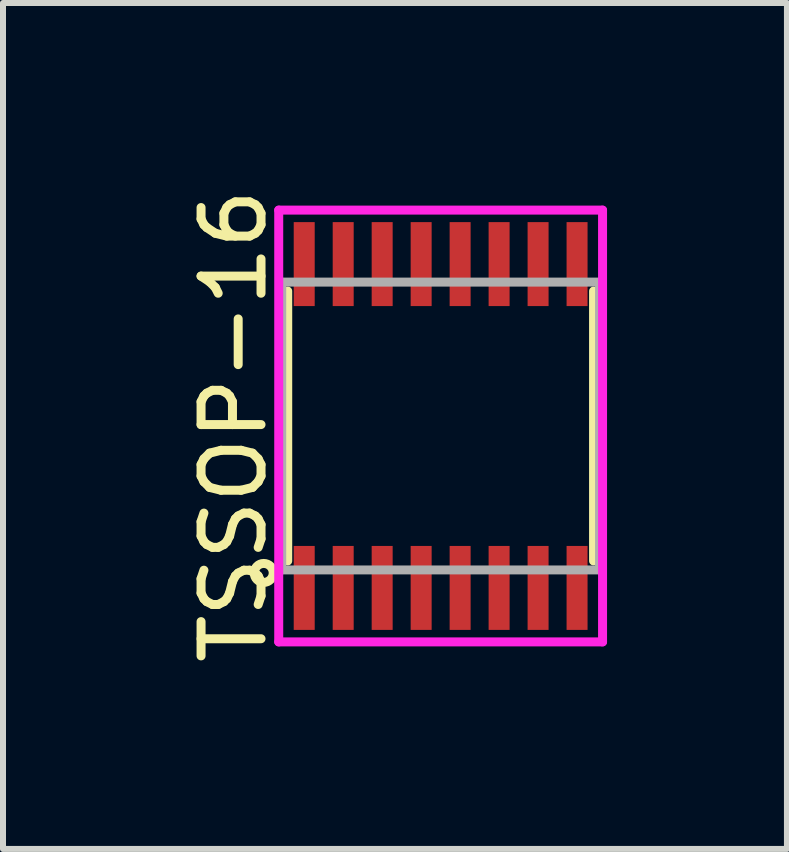
<source format=kicad_pcb>
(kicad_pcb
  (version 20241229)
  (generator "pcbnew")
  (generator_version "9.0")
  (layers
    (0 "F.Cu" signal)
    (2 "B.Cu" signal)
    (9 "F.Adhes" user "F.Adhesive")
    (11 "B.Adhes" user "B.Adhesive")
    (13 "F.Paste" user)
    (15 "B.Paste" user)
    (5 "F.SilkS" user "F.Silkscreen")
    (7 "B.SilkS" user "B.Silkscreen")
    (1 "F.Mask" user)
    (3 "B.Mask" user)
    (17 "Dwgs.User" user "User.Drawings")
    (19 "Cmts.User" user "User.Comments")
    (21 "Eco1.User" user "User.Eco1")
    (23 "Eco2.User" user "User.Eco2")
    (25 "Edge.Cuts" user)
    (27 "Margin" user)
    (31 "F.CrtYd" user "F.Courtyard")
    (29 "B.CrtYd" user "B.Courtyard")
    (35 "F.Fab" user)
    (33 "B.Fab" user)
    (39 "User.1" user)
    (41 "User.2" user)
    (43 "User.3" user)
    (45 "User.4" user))
  (footprint "TSSOP-16"
    (layer "F.Cu")
    (at 4.298 4.054)
    (property "Reference" "TSSOP-16" (at -3.45 0 90) (layer "F.SilkS") (effects (font (size 1 1) (thickness 0.15))))
    (attr through_hole)
    (fp_line (start -2.55 2.25) (end -2.55 -2.25) (stroke (width 0.15) (type solid)) (layer "F.SilkS"))
    (fp_line (start 2.55 -2.25) (end 2.55 2.25) (stroke (width 0.15) (type solid)) (layer "F.SilkS"))
    (fp_circle (center -2.95 2.45) (end -3 2.6) (stroke (width 0.15) (type solid)) (fill no) (layer "F.SilkS"))
    (fp_line (start -2.7 -3.6) (end 2.7 -3.6) (stroke (width 0.15) (type solid)) (layer "F.CrtYd"))
    (fp_line (start -2.7 3.6) (end -2.7 -3.6) (stroke (width 0.15) (type solid)) (layer "F.CrtYd"))
    (fp_line (start 2.7 -3.6) (end 2.7 3.6) (stroke (width 0.15) (type solid)) (layer "F.CrtYd"))
    (fp_line (start 2.7 3.6) (end -2.7 3.6) (stroke (width 0.15) (type solid)) (layer "F.CrtYd"))
    (fp_line (start -2.65 -2.4) (end 2.65 -2.4) (stroke (width 0.15) (type solid)) (layer "F.Fab"))
    (fp_line (start -2.65 2.4) (end -2.65 -2.4) (stroke (width 0.15) (type solid)) (layer "F.Fab"))
    (fp_line (start 2.65 -2.4) (end 2.65 2.4) (stroke (width 0.15) (type solid)) (layer "F.Fab"))
    (fp_line (start 2.65 2.4) (end -2.65 2.4) (stroke (width 0.15) (type solid)) (layer "F.Fab"))
    (pad "1" smd rect (at -2.275 2.7) (size 0.35 1.4) (layers "F.Cu" "F.Mask" "F.Paste"))
    (pad "2" smd rect (at -1.625 2.7) (size 0.35 1.4) (layers "F.Cu" "F.Mask" "F.Paste"))
    (pad "3" smd rect (at -0.975 2.7) (size 0.35 1.4) (layers "F.Cu" "F.Mask" "F.Paste"))
    (pad "4" smd rect (at -0.325 2.7) (size 0.35 1.4) (layers "F.Cu" "F.Mask" "F.Paste"))
    (pad "5" smd rect (at 0.325 2.7) (size 0.35 1.4) (layers "F.Cu" "F.Mask" "F.Paste"))
    (pad "6" smd rect (at 0.975 2.7) (size 0.35 1.4) (layers "F.Cu" "F.Mask" "F.Paste"))
    (pad "7" smd rect (at 1.625 2.7) (size 0.35 1.4) (layers "F.Cu" "F.Mask" "F.Paste"))
    (pad "8" smd rect (at 2.275 2.7) (size 0.35 1.4) (layers "F.Cu" "F.Mask" "F.Paste"))
    (pad "9" smd rect (at 2.275 -2.7) (size 0.35 1.4) (layers "F.Cu" "F.Mask" "F.Paste"))
    (pad "10" smd rect (at 1.625 -2.7) (size 0.35 1.4) (layers "F.Cu" "F.Mask" "F.Paste"))
    (pad "11" smd rect (at 0.975 -2.7) (size 0.35 1.4) (layers "F.Cu" "F.Mask" "F.Paste"))
    (pad "12" smd rect (at 0.325 -2.7) (size 0.35 1.4) (layers "F.Cu" "F.Mask" "F.Paste"))
    (pad "13" smd rect (at -0.325 -2.7) (size 0.35 1.4) (layers "F.Cu" "F.Mask" "F.Paste"))
    (pad "14" smd rect (at -0.975 -2.7) (size 0.35 1.4) (layers "F.Cu" "F.Mask" "F.Paste"))
    (pad "15" smd rect (at -1.625 -2.7) (size 0.35 1.4) (layers "F.Cu" "F.Mask" "F.Paste"))
    (pad "16" smd rect (at -2.275 -2.7) (size 0.35 1.4) (layers "F.Cu" "F.Mask" "F.Paste")))
  (gr_rect
    (start -3 -3)
    (end 10.073 11.107)
    (stroke (width 0.1) (type default))
    (fill no)
    (layer "Edge.Cuts")))
</source>
